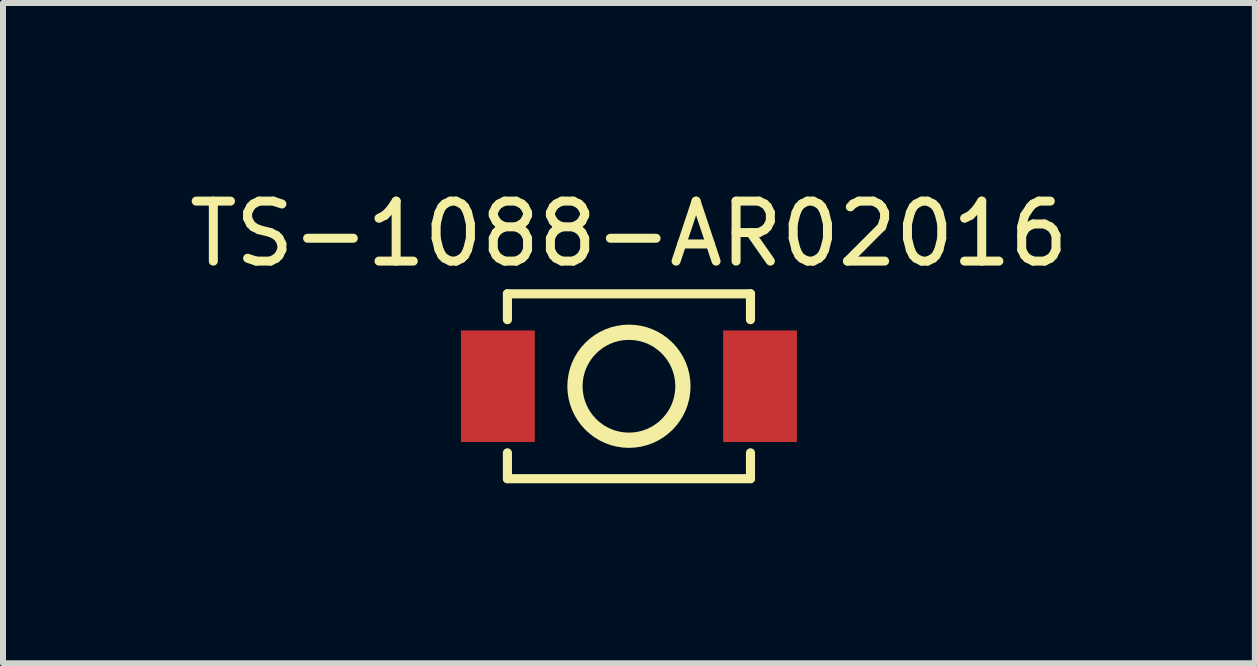
<source format=kicad_pcb>
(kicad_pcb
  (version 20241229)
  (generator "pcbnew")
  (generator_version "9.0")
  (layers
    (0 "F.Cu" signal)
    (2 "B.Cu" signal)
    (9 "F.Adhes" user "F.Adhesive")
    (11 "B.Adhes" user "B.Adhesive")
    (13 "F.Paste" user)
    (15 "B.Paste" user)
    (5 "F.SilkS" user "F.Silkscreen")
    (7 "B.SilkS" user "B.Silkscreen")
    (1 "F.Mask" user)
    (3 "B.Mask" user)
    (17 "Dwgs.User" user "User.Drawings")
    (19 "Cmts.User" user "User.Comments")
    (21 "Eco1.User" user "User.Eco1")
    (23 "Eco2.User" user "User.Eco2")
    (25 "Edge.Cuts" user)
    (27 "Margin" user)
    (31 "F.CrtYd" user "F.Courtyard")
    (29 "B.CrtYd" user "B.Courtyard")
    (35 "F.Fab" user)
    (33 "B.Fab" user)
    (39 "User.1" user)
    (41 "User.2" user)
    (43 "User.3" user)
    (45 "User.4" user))
  (footprint "TS-1088-AR02016"
    (layer "F.Cu")
    (at 7.435 3.389)
    (property "Reference" "TS-1088-AR02016" (at 0 -2.541 0) (layer "F.SilkS") (effects (font (size 1 1) (thickness 0.15))))
    (attr smd)
    (fp_line (start -2.026 -1.541) (end -2.026 -1.11) (stroke (width 0.152) (type solid)) (layer "F.SilkS"))
    (fp_line (start -2.026 1.541) (end -2.026 1.11) (stroke (width 0.152) (type solid)) (layer "F.SilkS"))
    (fp_line (start 2.026 -1.541) (end -2.026 -1.541) (stroke (width 0.152) (type solid)) (layer "F.SilkS"))
    (fp_line (start 2.026 -1.541) (end 2.026 -1.11) (stroke (width 0.152) (type solid)) (layer "F.SilkS"))
    (fp_line (start 2.026 1.11) (end 2.026 1.541) (stroke (width 0.152) (type solid)) (layer "F.SilkS"))
    (fp_line (start 2.026 1.541) (end -2.026 1.541) (stroke (width 0.152) (type solid)) (layer "F.SilkS"))
    (fp_circle (center 0 0) (end 0.9 0) (stroke (width 0.254) (type solid)) (fill no) (layer "F.SilkS"))
    (pad "1" smd rect (at -2.185 0) (size 1.23 1.86) (layers "F.Cu" "F.Mask" "F.Paste"))
    (pad "2" smd rect (at 2.185 0) (size 1.23 1.86) (layers "F.Cu" "F.Mask" "F.Paste")))
  (gr_rect
    (start -3 -3)
    (end 17.869 8.007)
    (stroke (width 0.1) (type default))
    (fill no)
    (layer "Edge.Cuts")))
</source>
